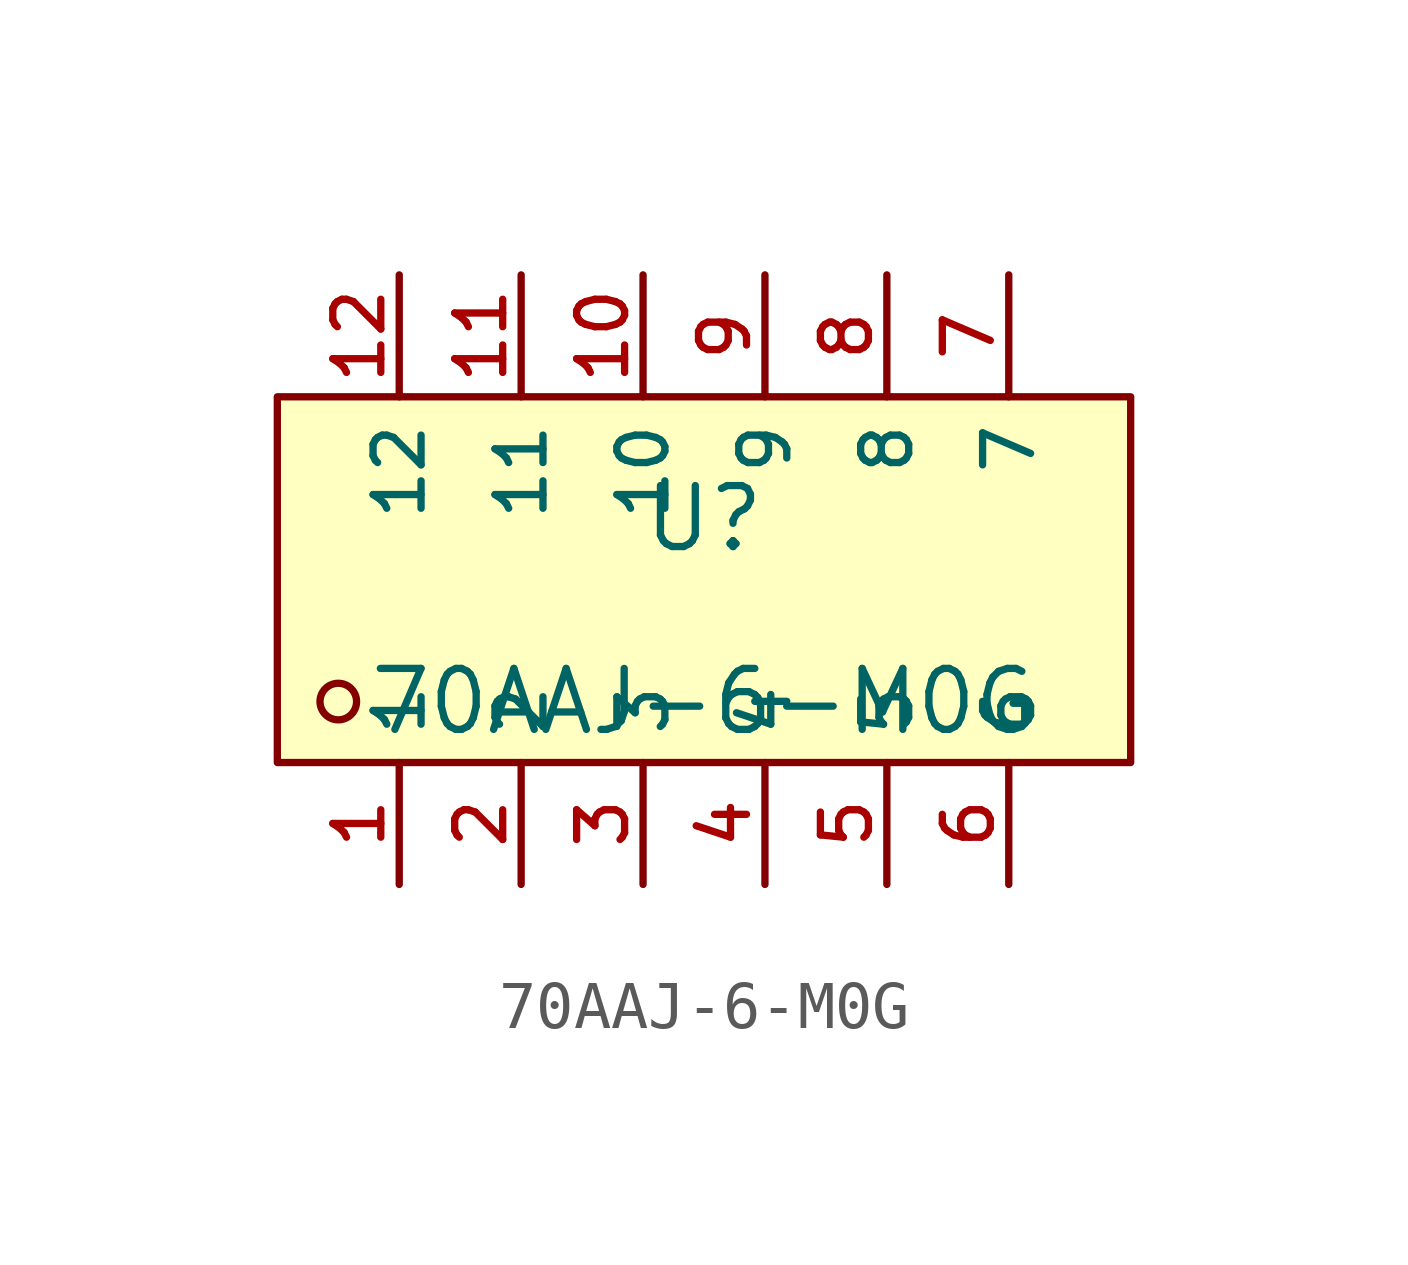
<source format=kicad_sym>
(kicad_symbol_lib
  (version 20241209)
  (generator "kicad_symbol_editor")
  (generator_version "9.0")
  (symbol "70AAJ-6-M0G"
    (property "Reference" "U"
      (at 0 1.27 0)
      (effects (font (size 1.27 1.27))))
    (property "Value" "70AAJ-6-M0G"
      (at 0 -2.54 0)
      (effects (font (size 1.27 1.27))))
    (symbol "70AAJ-6-M0G_0_1"
      (rectangle (start -8.89 3.81) (end 8.89 -3.81) (stroke (width 0) (type default)) (fill (type background)))
      (circle (center -7.62 -2.54) (radius 0.381) (stroke (width 0) (type default)) (fill (type background)))
      (pin unspecified line (at -6.35 6.35 270) (length 2.54) (name "12" (effects (font (size 1 1)))) (number "12" (effects (font (size 1 1)))))
      (pin unspecified line (at -6.35 -6.35 90) (length 2.54) (name "1" (effects (font (size 1 1)))) (number "1" (effects (font (size 1 1)))))
      (pin unspecified line (at -3.81 6.35 270) (length 2.54) (name "11" (effects (font (size 1 1)))) (number "11" (effects (font (size 1 1)))))
      (pin unspecified line (at -3.81 -6.35 90) (length 2.54) (name "2" (effects (font (size 1 1)))) (number "2" (effects (font (size 1 1)))))
      (pin unspecified line (at -1.27 6.35 270) (length 2.54) (name "10" (effects (font (size 1 1)))) (number "10" (effects (font (size 1 1)))))
      (pin unspecified line (at -1.27 -6.35 90) (length 2.54) (name "3" (effects (font (size 1 1)))) (number "3" (effects (font (size 1 1)))))
      (pin unspecified line (at 1.27 6.35 270) (length 2.54) (name "9" (effects (font (size 1 1)))) (number "9" (effects (font (size 1 1)))))
      (pin unspecified line (at 1.27 -6.35 90) (length 2.54) (name "4" (effects (font (size 1 1)))) (number "4" (effects (font (size 1 1)))))
      (pin unspecified line (at 3.81 6.35 270) (length 2.54) (name "8" (effects (font (size 1 1)))) (number "8" (effects (font (size 1 1)))))
      (pin unspecified line (at 3.81 -6.35 90) (length 2.54) (name "5" (effects (font (size 1 1)))) (number "5" (effects (font (size 1 1)))))
      (pin unspecified line (at 6.35 6.35 270) (length 2.54) (name "7" (effects (font (size 1 1)))) (number "7" (effects (font (size 1 1)))))
      (pin unspecified line (at 6.35 -6.35 90) (length 2.54) (name "6" (effects (font (size 1 1)))) (number "6" (effects (font (size 1 1))))))))
</source>
